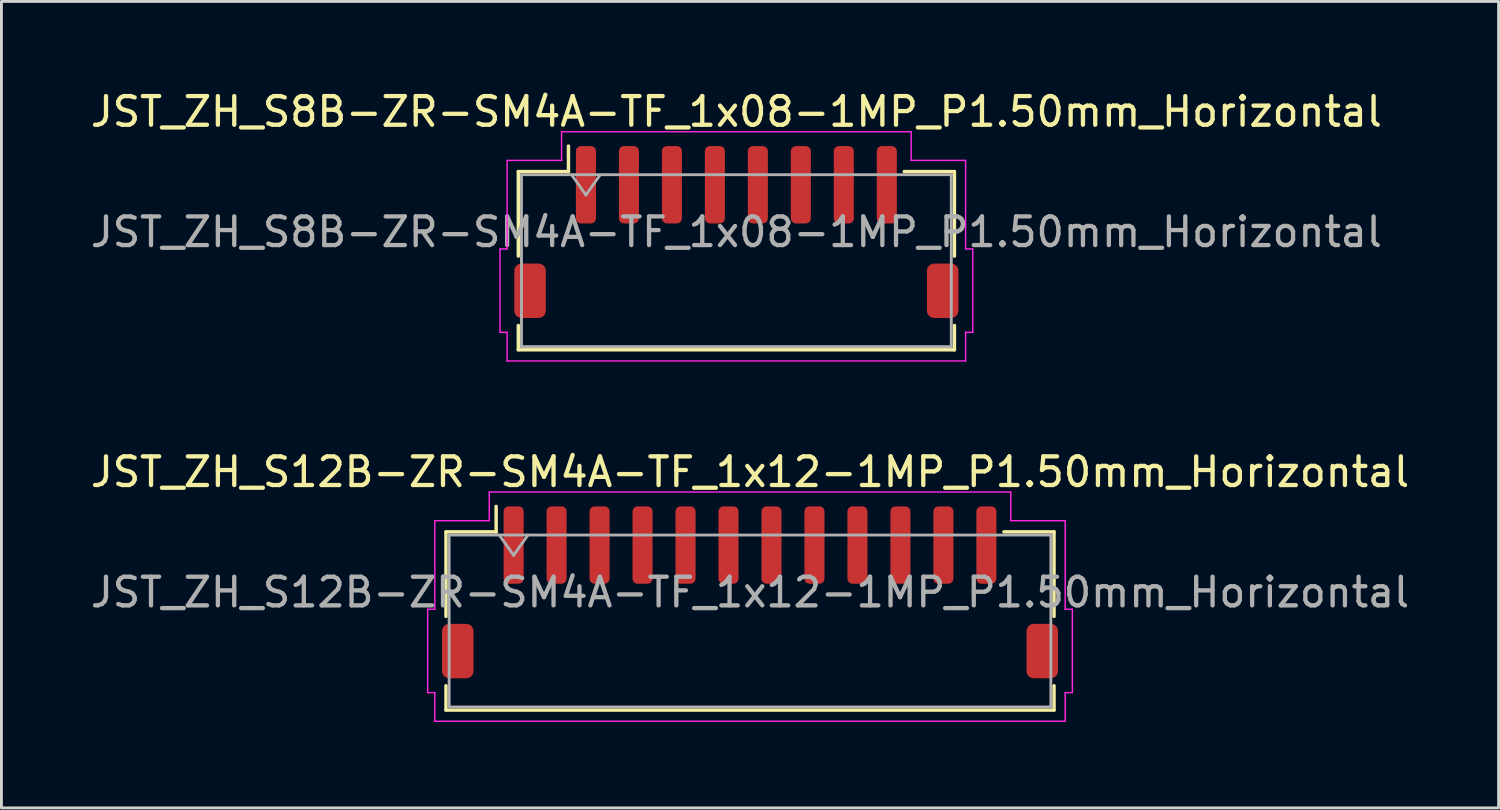
<source format=kicad_pcb>
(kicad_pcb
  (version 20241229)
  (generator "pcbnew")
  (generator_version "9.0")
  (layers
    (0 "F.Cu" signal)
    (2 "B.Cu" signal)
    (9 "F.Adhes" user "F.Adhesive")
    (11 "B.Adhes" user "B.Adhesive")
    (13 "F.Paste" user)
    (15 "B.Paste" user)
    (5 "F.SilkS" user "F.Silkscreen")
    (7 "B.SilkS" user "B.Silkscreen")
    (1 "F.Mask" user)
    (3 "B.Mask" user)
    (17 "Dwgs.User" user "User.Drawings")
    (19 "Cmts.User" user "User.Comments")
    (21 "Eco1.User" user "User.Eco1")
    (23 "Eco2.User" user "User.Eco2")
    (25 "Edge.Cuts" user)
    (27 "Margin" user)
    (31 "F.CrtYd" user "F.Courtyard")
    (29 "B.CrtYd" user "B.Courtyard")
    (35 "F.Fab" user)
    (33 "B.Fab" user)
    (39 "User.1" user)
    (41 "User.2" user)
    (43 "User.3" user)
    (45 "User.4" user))
  (footprint "JST_ZH_S12B-ZR-SM4A-TF_1x12-1MP_P1.50mm_Horizontal"
    (layer "F.Cu")
    (at 23.125 17.622)
    (property "Reference" "JST_ZH_S12B-ZR-SM4A-TF_1x12-1MP_P1.50mm_Horizontal" (at 0 -4.2 0) (layer "F.SilkS") (effects (font (size 1 1) (thickness 0.15))))
    (attr smd)
    (fp_line (start -10.61 -2.11) (end -8.86 -2.11) (stroke (width 0.12) (type solid)) (layer "F.SilkS"))
    (fp_line (start -10.61 0.84) (end -10.61 -2.11) (stroke (width 0.12) (type solid)) (layer "F.SilkS"))
    (fp_line (start -10.61 3.26) (end -10.61 4.11) (stroke (width 0.12) (type solid)) (layer "F.SilkS"))
    (fp_line (start -10.61 4.11) (end 10.61 4.11) (stroke (width 0.12) (type solid)) (layer "F.SilkS"))
    (fp_line (start -8.86 -2.11) (end -8.86 -3) (stroke (width 0.12) (type solid)) (layer "F.SilkS"))
    (fp_line (start 10.61 -2.11) (end 8.86 -2.11) (stroke (width 0.12) (type solid)) (layer "F.SilkS"))
    (fp_line (start 10.61 0.84) (end 10.61 -2.11) (stroke (width 0.12) (type solid)) (layer "F.SilkS"))
    (fp_line (start 10.61 4.11) (end 10.61 3.26) (stroke (width 0.12) (type solid)) (layer "F.SilkS"))
    (fp_line (start -11.25 0.59) (end -11 0.59) (stroke (width 0.05) (type solid)) (layer "F.CrtYd"))
    (fp_line (start -11.25 3.5) (end -11.25 0.59) (stroke (width 0.05) (type solid)) (layer "F.CrtYd"))
    (fp_line (start -11 -2.5) (end -9.1 -2.5) (stroke (width 0.05) (type solid)) (layer "F.CrtYd"))
    (fp_line (start -11 0.59) (end -11 -2.5) (stroke (width 0.05) (type solid)) (layer "F.CrtYd"))
    (fp_line (start -11 3.5) (end -11.25 3.5) (stroke (width 0.05) (type solid)) (layer "F.CrtYd"))
    (fp_line (start -11 4.5) (end -11 3.5) (stroke (width 0.05) (type solid)) (layer "F.CrtYd"))
    (fp_line (start -9.1 -3.5) (end 9.1 -3.5) (stroke (width 0.05) (type solid)) (layer "F.CrtYd"))
    (fp_line (start -9.1 -2.5) (end -9.1 -3.5) (stroke (width 0.05) (type solid)) (layer "F.CrtYd"))
    (fp_line (start 9.1 -3.5) (end 9.1 -2.5) (stroke (width 0.05) (type solid)) (layer "F.CrtYd"))
    (fp_line (start 9.1 -2.5) (end 11 -2.5) (stroke (width 0.05) (type solid)) (layer "F.CrtYd"))
    (fp_line (start 11 -2.5) (end 11 0.59) (stroke (width 0.05) (type solid)) (layer "F.CrtYd"))
    (fp_line (start 11 0.59) (end 11.25 0.59) (stroke (width 0.05) (type solid)) (layer "F.CrtYd"))
    (fp_line (start 11 3.5) (end 11 4.5) (stroke (width 0.05) (type solid)) (layer "F.CrtYd"))
    (fp_line (start 11 4.5) (end -11 4.5) (stroke (width 0.05) (type solid)) (layer "F.CrtYd"))
    (fp_line (start 11.25 0.59) (end 11.25 3.5) (stroke (width 0.05) (type solid)) (layer "F.CrtYd"))
    (fp_line (start 11.25 3.5) (end 11 3.5) (stroke (width 0.05) (type solid)) (layer "F.CrtYd"))
    (fp_line (start -10.5 -2) (end -10.5 4) (stroke (width 0.1) (type solid)) (layer "F.Fab"))
    (fp_line (start -10.5 -2) (end 10.5 -2) (stroke (width 0.1) (type solid)) (layer "F.Fab"))
    (fp_line (start -10.5 4) (end 10.5 4) (stroke (width 0.1) (type solid)) (layer "F.Fab"))
    (fp_line (start -8.75 -2) (end -8.25 -1.293) (stroke (width 0.1) (type solid)) (layer "F.Fab"))
    (fp_line (start -8.25 -1.293) (end -7.75 -2) (stroke (width 0.1) (type solid)) (layer "F.Fab"))
    (fp_line (start 10.5 -2) (end 10.5 4) (stroke (width 0.1) (type solid)) (layer "F.Fab"))
    (fp_text user "${REFERENCE}" (at 0 0 0) (layer "F.Fab") (effects (font (size 1 1) (thickness 0.15))))
    (pad "1" smd roundrect (at -8.25 -1.65) (size 0.7 2.7) (layers "F.Cu" "F.Mask" "F.Paste") (roundrect_rratio 0.25))
    (pad "2" smd roundrect (at -6.75 -1.65) (size 0.7 2.7) (layers "F.Cu" "F.Mask" "F.Paste") (roundrect_rratio 0.25))
    (pad "3" smd roundrect (at -5.25 -1.65) (size 0.7 2.7) (layers "F.Cu" "F.Mask" "F.Paste") (roundrect_rratio 0.25))
    (pad "4" smd roundrect (at -3.75 -1.65) (size 0.7 2.7) (layers "F.Cu" "F.Mask" "F.Paste") (roundrect_rratio 0.25))
    (pad "5" smd roundrect (at -2.25 -1.65) (size 0.7 2.7) (layers "F.Cu" "F.Mask" "F.Paste") (roundrect_rratio 0.25))
    (pad "6" smd roundrect (at -0.75 -1.65) (size 0.7 2.7) (layers "F.Cu" "F.Mask" "F.Paste") (roundrect_rratio 0.25))
    (pad "7" smd roundrect (at 0.75 -1.65) (size 0.7 2.7) (layers "F.Cu" "F.Mask" "F.Paste") (roundrect_rratio 0.25))
    (pad "8" smd roundrect (at 2.25 -1.65) (size 0.7 2.7) (layers "F.Cu" "F.Mask" "F.Paste") (roundrect_rratio 0.25))
    (pad "9" smd roundrect (at 3.75 -1.65) (size 0.7 2.7) (layers "F.Cu" "F.Mask" "F.Paste") (roundrect_rratio 0.25))
    (pad "10" smd roundrect (at 5.25 -1.65) (size 0.7 2.7) (layers "F.Cu" "F.Mask" "F.Paste") (roundrect_rratio 0.25))
    (pad "11" smd roundrect (at 6.75 -1.65) (size 0.7 2.7) (layers "F.Cu" "F.Mask" "F.Paste") (roundrect_rratio 0.25))
    (pad "12" smd roundrect (at 8.25 -1.65) (size 0.7 2.7) (layers "F.Cu" "F.Mask" "F.Paste") (roundrect_rratio 0.25))
    (pad "MP" smd roundrect (at -10.2 2.05) (size 1.1 1.9) (layers "F.Cu" "F.Mask" "F.Paste") (roundrect_rratio 0.227))
    (pad "MP" smd roundrect (at 10.2 2.05) (size 1.1 1.9) (layers "F.Cu" "F.Mask" "F.Paste") (roundrect_rratio 0.227)))
  (footprint "JST_ZH_S8B-ZR-SM4A-TF_1x08-1MP_P1.50mm_Horizontal"
    (layer "F.Cu")
    (at 22.649 5.048)
    (property "Reference" "JST_ZH_S8B-ZR-SM4A-TF_1x08-1MP_P1.50mm_Horizontal" (at 0 -4.2 0) (layer "F.SilkS") (effects (font (size 1 1) (thickness 0.15))))
    (attr smd)
    (fp_line (start -7.61 -2.11) (end -5.86 -2.11) (stroke (width 0.12) (type solid)) (layer "F.SilkS"))
    (fp_line (start -7.61 0.84) (end -7.61 -2.11) (stroke (width 0.12) (type solid)) (layer "F.SilkS"))
    (fp_line (start -7.61 3.26) (end -7.61 4.11) (stroke (width 0.12) (type solid)) (layer "F.SilkS"))
    (fp_line (start -7.61 4.11) (end 7.61 4.11) (stroke (width 0.12) (type solid)) (layer "F.SilkS"))
    (fp_line (start -5.86 -2.11) (end -5.86 -3) (stroke (width 0.12) (type solid)) (layer "F.SilkS"))
    (fp_line (start 7.61 -2.11) (end 5.86 -2.11) (stroke (width 0.12) (type solid)) (layer "F.SilkS"))
    (fp_line (start 7.61 0.84) (end 7.61 -2.11) (stroke (width 0.12) (type solid)) (layer "F.SilkS"))
    (fp_line (start 7.61 4.11) (end 7.61 3.26) (stroke (width 0.12) (type solid)) (layer "F.SilkS"))
    (fp_line (start -8.25 0.59) (end -8 0.59) (stroke (width 0.05) (type solid)) (layer "F.CrtYd"))
    (fp_line (start -8.25 3.5) (end -8.25 0.59) (stroke (width 0.05) (type solid)) (layer "F.CrtYd"))
    (fp_line (start -8 -2.5) (end -6.1 -2.5) (stroke (width 0.05) (type solid)) (layer "F.CrtYd"))
    (fp_line (start -8 0.59) (end -8 -2.5) (stroke (width 0.05) (type solid)) (layer "F.CrtYd"))
    (fp_line (start -8 3.5) (end -8.25 3.5) (stroke (width 0.05) (type solid)) (layer "F.CrtYd"))
    (fp_line (start -8 4.5) (end -8 3.5) (stroke (width 0.05) (type solid)) (layer "F.CrtYd"))
    (fp_line (start -6.1 -3.5) (end 6.1 -3.5) (stroke (width 0.05) (type solid)) (layer "F.CrtYd"))
    (fp_line (start -6.1 -2.5) (end -6.1 -3.5) (stroke (width 0.05) (type solid)) (layer "F.CrtYd"))
    (fp_line (start 6.1 -3.5) (end 6.1 -2.5) (stroke (width 0.05) (type solid)) (layer "F.CrtYd"))
    (fp_line (start 6.1 -2.5) (end 8 -2.5) (stroke (width 0.05) (type solid)) (layer "F.CrtYd"))
    (fp_line (start 8 -2.5) (end 8 0.59) (stroke (width 0.05) (type solid)) (layer "F.CrtYd"))
    (fp_line (start 8 0.59) (end 8.25 0.59) (stroke (width 0.05) (type solid)) (layer "F.CrtYd"))
    (fp_line (start 8 3.5) (end 8 4.5) (stroke (width 0.05) (type solid)) (layer "F.CrtYd"))
    (fp_line (start 8 4.5) (end -8 4.5) (stroke (width 0.05) (type solid)) (layer "F.CrtYd"))
    (fp_line (start 8.25 0.59) (end 8.25 3.5) (stroke (width 0.05) (type solid)) (layer "F.CrtYd"))
    (fp_line (start 8.25 3.5) (end 8 3.5) (stroke (width 0.05) (type solid)) (layer "F.CrtYd"))
    (fp_line (start -7.5 -2) (end -7.5 4) (stroke (width 0.1) (type solid)) (layer "F.Fab"))
    (fp_line (start -7.5 -2) (end 7.5 -2) (stroke (width 0.1) (type solid)) (layer "F.Fab"))
    (fp_line (start -7.5 4) (end 7.5 4) (stroke (width 0.1) (type solid)) (layer "F.Fab"))
    (fp_line (start -5.75 -2) (end -5.25 -1.293) (stroke (width 0.1) (type solid)) (layer "F.Fab"))
    (fp_line (start -5.25 -1.293) (end -4.75 -2) (stroke (width 0.1) (type solid)) (layer "F.Fab"))
    (fp_line (start 7.5 -2) (end 7.5 4) (stroke (width 0.1) (type solid)) (layer "F.Fab"))
    (fp_text user "${REFERENCE}" (at 0 0 0) (layer "F.Fab") (effects (font (size 1 1) (thickness 0.15))))
    (pad "1" smd roundrect (at -5.25 -1.65) (size 0.7 2.7) (layers "F.Cu" "F.Mask" "F.Paste") (roundrect_rratio 0.25))
    (pad "2" smd roundrect (at -3.75 -1.65) (size 0.7 2.7) (layers "F.Cu" "F.Mask" "F.Paste") (roundrect_rratio 0.25))
    (pad "3" smd roundrect (at -2.25 -1.65) (size 0.7 2.7) (layers "F.Cu" "F.Mask" "F.Paste") (roundrect_rratio 0.25))
    (pad "4" smd roundrect (at -0.75 -1.65) (size 0.7 2.7) (layers "F.Cu" "F.Mask" "F.Paste") (roundrect_rratio 0.25))
    (pad "5" smd roundrect (at 0.75 -1.65) (size 0.7 2.7) (layers "F.Cu" "F.Mask" "F.Paste") (roundrect_rratio 0.25))
    (pad "6" smd roundrect (at 2.25 -1.65) (size 0.7 2.7) (layers "F.Cu" "F.Mask" "F.Paste") (roundrect_rratio 0.25))
    (pad "7" smd roundrect (at 3.75 -1.65) (size 0.7 2.7) (layers "F.Cu" "F.Mask" "F.Paste") (roundrect_rratio 0.25))
    (pad "8" smd roundrect (at 5.25 -1.65) (size 0.7 2.7) (layers "F.Cu" "F.Mask" "F.Paste") (roundrect_rratio 0.25))
    (pad "MP" smd roundrect (at -7.2 2.05) (size 1.1 1.9) (layers "F.Cu" "F.Mask" "F.Paste") (roundrect_rratio 0.227))
    (pad "MP" smd roundrect (at 7.2 2.05) (size 1.1 1.9) (layers "F.Cu" "F.Mask" "F.Paste") (roundrect_rratio 0.227)))
  (gr_rect
    (start -3 -3)
    (end 49.25 25.146)
    (stroke (width 0.1) (type default))
    (fill no)
    (layer "Edge.Cuts")))
</source>
